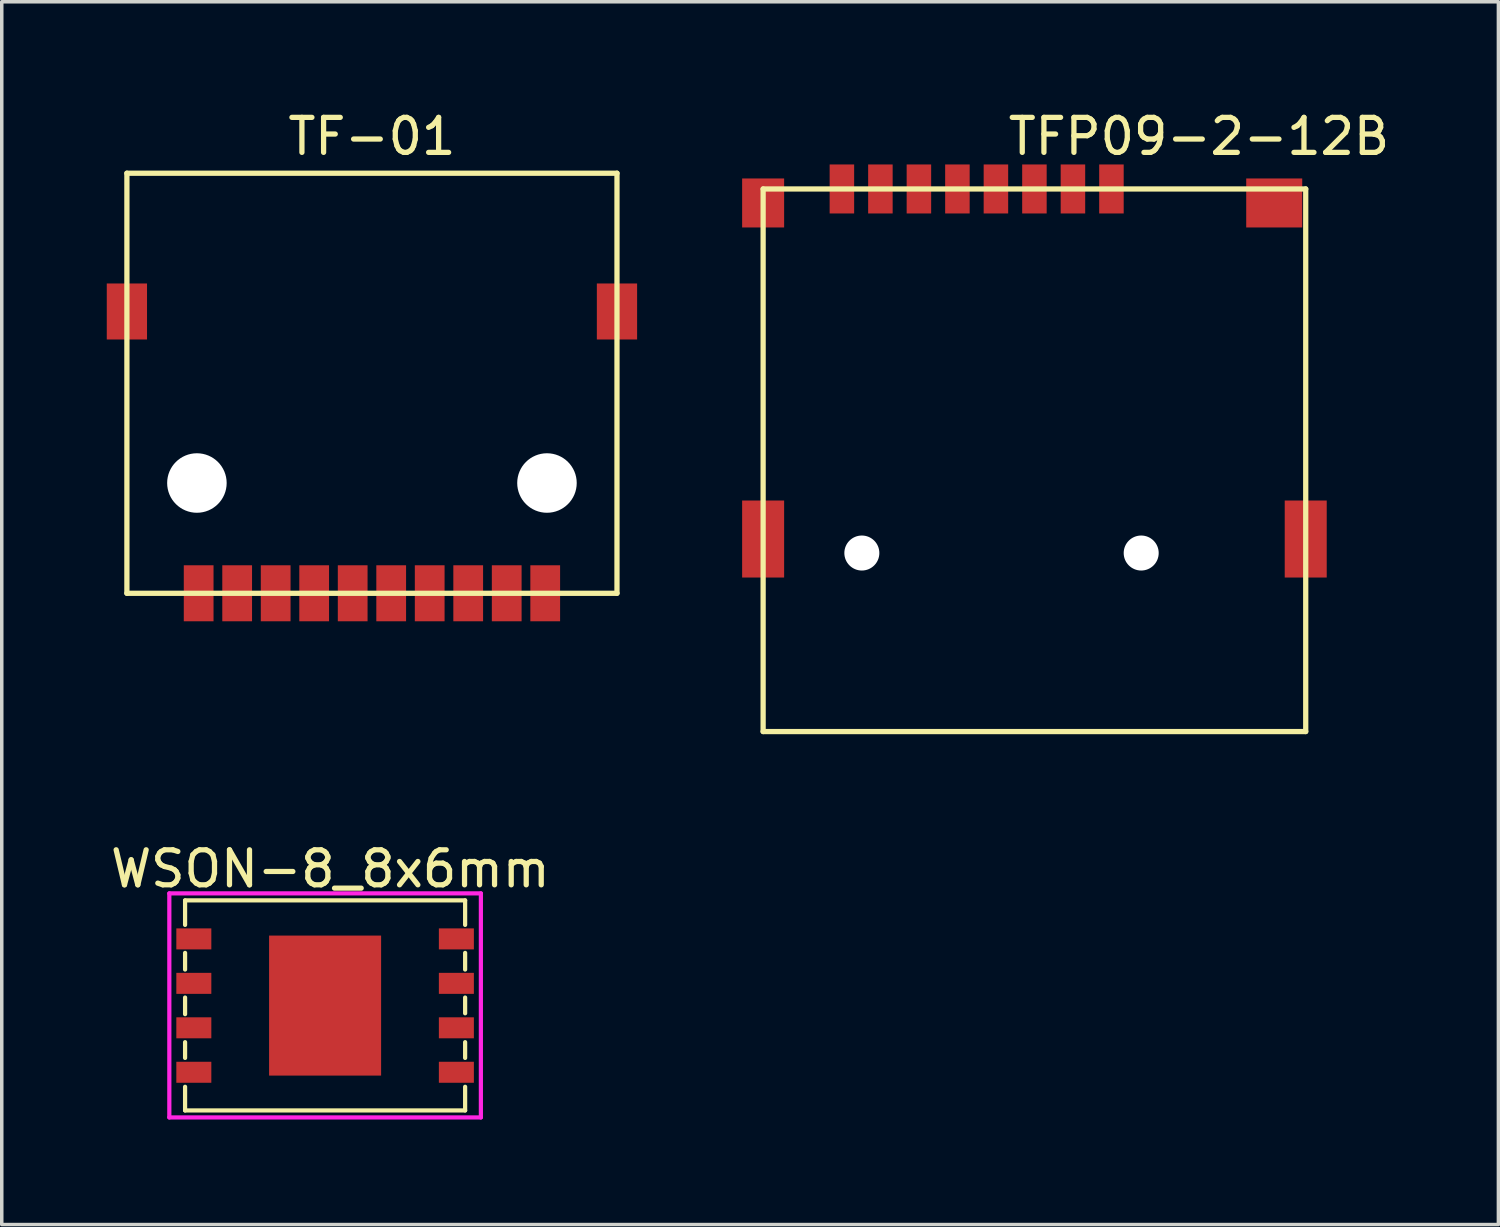
<source format=kicad_pcb>
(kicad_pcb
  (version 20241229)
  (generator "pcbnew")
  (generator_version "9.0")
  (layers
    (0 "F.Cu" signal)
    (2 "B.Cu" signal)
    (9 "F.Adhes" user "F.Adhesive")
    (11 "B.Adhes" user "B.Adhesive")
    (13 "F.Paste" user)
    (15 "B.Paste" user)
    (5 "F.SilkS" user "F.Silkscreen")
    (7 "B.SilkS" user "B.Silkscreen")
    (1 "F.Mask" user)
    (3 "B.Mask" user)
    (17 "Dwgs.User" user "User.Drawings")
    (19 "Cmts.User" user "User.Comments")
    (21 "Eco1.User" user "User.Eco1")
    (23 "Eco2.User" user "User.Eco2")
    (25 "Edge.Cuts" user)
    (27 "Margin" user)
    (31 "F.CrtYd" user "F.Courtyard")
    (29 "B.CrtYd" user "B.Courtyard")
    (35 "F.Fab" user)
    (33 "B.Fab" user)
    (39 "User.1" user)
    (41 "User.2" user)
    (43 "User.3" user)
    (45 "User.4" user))
  (footprint "TFP09-2-12B"
    (layer "F.Cu")
    (at 28.7 2.348)
    (property "Reference" "TFP09-2-12B" (at 2.5 -1.5 0) (layer "F.SilkS") (effects (font (size 1 1) (thickness 0.15))))
    (attr through_hole)
    (fp_line (start -9.95 0) (end 5.55 0) (stroke (width 0.15) (type solid)) (layer "F.SilkS"))
    (fp_line (start -9.95 15.5) (end -9.95 0) (stroke (width 0.15) (type solid)) (layer "F.SilkS"))
    (fp_line (start 5.55 0) (end 5.55 15.5) (stroke (width 0.15) (type solid)) (layer "F.SilkS"))
    (fp_line (start 5.55 15.5) (end -9.95 15.5) (stroke (width 0.15) (type solid)) (layer "F.SilkS"))
    (pad "" np_thru_hole circle (at -7.13 10.4) (size 1 1) (drill 1) (layers "*.Cu" "*.Mask"))
    (pad "" np_thru_hole circle (at 0.85 10.4) (size 1 1) (drill 1) (layers "*.Cu" "*.Mask"))
    (pad "1" smd rect (at 0 0) (size 0.7 1.4) (layers "F.Cu" "F.Mask" "F.Paste"))
    (pad "2" smd rect (at -1.1 0) (size 0.7 1.4) (layers "F.Cu" "F.Mask" "F.Paste"))
    (pad "3" smd rect (at -2.2 0) (size 0.7 1.4) (layers "F.Cu" "F.Mask" "F.Paste"))
    (pad "4" smd rect (at -3.3 0) (size 0.7 1.4) (layers "F.Cu" "F.Mask" "F.Paste"))
    (pad "5" smd rect (at -4.4 0) (size 0.7 1.4) (layers "F.Cu" "F.Mask" "F.Paste"))
    (pad "6" smd rect (at -5.5 0) (size 0.7 1.4) (layers "F.Cu" "F.Mask" "F.Paste"))
    (pad "7" smd rect (at -6.6 0) (size 0.7 1.4) (layers "F.Cu" "F.Mask" "F.Paste"))
    (pad "8" smd rect (at -7.7 0) (size 0.7 1.4) (layers "F.Cu" "F.Mask" "F.Paste"))
    (pad "9" smd rect (at -9.95 0.4) (size 1.2 1.4) (layers "F.Cu" "F.Mask" "F.Paste"))
    (pad "9" smd rect (at -9.95 10) (size 1.2 2.2) (layers "F.Cu" "F.Mask" "F.Paste"))
    (pad "9" smd rect (at 4.65 0.4) (size 1.6 1.4) (layers "F.Cu" "F.Mask" "F.Paste"))
    (pad "9" smd rect (at 5.55 10) (size 1.2 2.2) (layers "F.Cu" "F.Mask" "F.Paste")))
  (footprint "WSON-8_8x6mm"
    (layer "F.Cu")
    (at 2.487 23.771)
    (property "Reference" "WSON-8_8x6mm" (at 3.9 -2 0) (layer "F.SilkS") (effects (font (size 1 1) (thickness 0.15))))
    (attr smd)
    (fp_line (start -0.25 -1.1) (end -0.25 -0.4) (stroke (width 0.12) (type solid)) (layer "F.SilkS"))
    (fp_line (start -0.25 0.4) (end -0.25 0.875) (stroke (width 0.12) (type solid)) (layer "F.SilkS"))
    (fp_line (start -0.25 1.675) (end -0.25 2.15) (stroke (width 0.12) (type solid)) (layer "F.SilkS"))
    (fp_line (start -0.25 2.95) (end -0.25 3.4) (stroke (width 0.12) (type solid)) (layer "F.SilkS"))
    (fp_line (start -0.25 4.225) (end -0.25 4.9) (stroke (width 0.12) (type solid)) (layer "F.SilkS"))
    (fp_line (start -0.25 4.9) (end 7.75 4.9) (stroke (width 0.12) (type solid)) (layer "F.SilkS"))
    (fp_line (start 7.75 -1.1) (end -0.25 -1.1) (stroke (width 0.12) (type solid)) (layer "F.SilkS"))
    (fp_line (start 7.75 -0.4) (end 7.75 -1.1) (stroke (width 0.12) (type solid)) (layer "F.SilkS"))
    (fp_line (start 7.75 0.875) (end 7.75 0.4) (stroke (width 0.12) (type solid)) (layer "F.SilkS"))
    (fp_line (start 7.75 2.125) (end 7.75 1.675) (stroke (width 0.12) (type solid)) (layer "F.SilkS"))
    (fp_line (start 7.75 3.4) (end 7.75 2.95) (stroke (width 0.12) (type solid)) (layer "F.SilkS"))
    (fp_line (start 7.75 4.9) (end 7.75 4.225) (stroke (width 0.12) (type solid)) (layer "F.SilkS"))
    (fp_line (start -0.7 -1.3) (end 8.2 -1.3) (stroke (width 0.12) (type solid)) (layer "F.CrtYd"))
    (fp_line (start -0.7 5.1) (end -0.7 -1.3) (stroke (width 0.12) (type solid)) (layer "F.CrtYd"))
    (fp_line (start 8.2 -1.3) (end 8.2 5.1) (stroke (width 0.12) (type solid)) (layer "F.CrtYd"))
    (fp_line (start 8.2 5.1) (end -0.7 5.1) (stroke (width 0.12) (type solid)) (layer "F.CrtYd"))
    (pad "1" smd rect (at 0 0) (size 1 0.6) (layers "F.Cu" "F.Mask" "F.Paste"))
    (pad "2" smd rect (at 0 1.27) (size 1 0.6) (layers "F.Cu" "F.Mask" "F.Paste"))
    (pad "3" smd rect (at 0 2.54) (size 1 0.6) (layers "F.Cu" "F.Mask" "F.Paste"))
    (pad "4" smd rect (at 0 3.81) (size 1 0.6) (layers "F.Cu" "F.Mask" "F.Paste"))
    (pad "5" smd rect (at 7.5 3.81) (size 1 0.6) (layers "F.Cu" "F.Mask" "F.Paste"))
    (pad "6" smd rect (at 7.5 2.54) (size 1 0.6) (layers "F.Cu" "F.Mask" "F.Paste"))
    (pad "7" smd rect (at 7.5 1.27) (size 1 0.6) (layers "F.Cu" "F.Mask" "F.Paste"))
    (pad "8" smd rect (at 7.5 0) (size 1 0.6) (layers "F.Cu" "F.Mask" "F.Paste"))
    (pad "9" smd rect (at 3.75 1.905) (size 3.2 4) (layers "F.Cu" "F.Mask" "F.Paste")))
  (footprint "TF-01"
    (layer "F.Cu")
    (at 0.575 5.848)
    (property "Reference" "TF-01" (at 7 -5 0) (layer "F.SilkS") (effects (font (size 1 1) (thickness 0.15))))
    (attr through_hole)
    (fp_line (start 0 -3.95) (end 0 8.05) (stroke (width 0.15) (type solid)) (layer "F.SilkS"))
    (fp_line (start 0 -3.95) (end 14 -3.95) (stroke (width 0.15) (type solid)) (layer "F.SilkS"))
    (fp_line (start 0 8.05) (end 14 8.05) (stroke (width 0.15) (type solid)) (layer "F.SilkS"))
    (fp_line (start 14 -3.95) (end 14 8.05) (stroke (width 0.15) (type solid)) (layer "F.SilkS"))
    (pad "" np_thru_hole oval (at 2 4.9) (size 1.7 1.7) (drill 1.7) (layers "*.Cu" "*.Mask"))
    (pad "" np_thru_hole oval (at 12 4.9) (size 1.7 1.7) (drill 1.7) (layers "*.Cu" "*.Mask"))
    (pad "1" smd rect (at 4.25 8.05) (size 0.85 1.6) (layers "F.Cu" "F.Mask" "F.Paste"))
    (pad "2" smd rect (at 5.35 8.05) (size 0.85 1.6) (layers "F.Cu" "F.Mask" "F.Paste"))
    (pad "3" smd rect (at 6.45 8.05) (size 0.85 1.6) (layers "F.Cu" "F.Mask" "F.Paste"))
    (pad "4" smd rect (at 7.55 8.05) (size 0.85 1.6) (layers "F.Cu" "F.Mask" "F.Paste"))
    (pad "5" smd rect (at 8.65 8.05) (size 0.85 1.6) (layers "F.Cu" "F.Mask" "F.Paste"))
    (pad "6" smd rect (at 9.75 8.05) (size 0.85 1.6) (layers "F.Cu" "F.Mask" "F.Paste"))
    (pad "7" smd rect (at 10.85 8.05) (size 0.85 1.6) (layers "F.Cu" "F.Mask" "F.Paste"))
    (pad "8" smd rect (at 11.95 8.05) (size 0.85 1.6) (layers "F.Cu" "F.Mask" "F.Paste"))
    (pad "9" smd rect (at 2.05 8.05) (size 0.85 1.6) (layers "F.Cu" "F.Mask" "F.Paste"))
    (pad "10" smd rect (at 3.15 8.05) (size 0.85 1.6) (layers "F.Cu" "F.Mask" "F.Paste"))
    (pad "11" smd rect (at 0 0) (size 1.15 1.6) (layers "F.Cu" "F.Mask" "F.Paste"))
    (pad "11" smd rect (at 14 0) (size 1.15 1.6) (layers "F.Cu" "F.Mask" "F.Paste")))
  (gr_rect
    (start -3 -3)
    (end 39.754 31.931)
    (stroke (width 0.1) (type default))
    (fill no)
    (layer "Edge.Cuts")))
</source>
